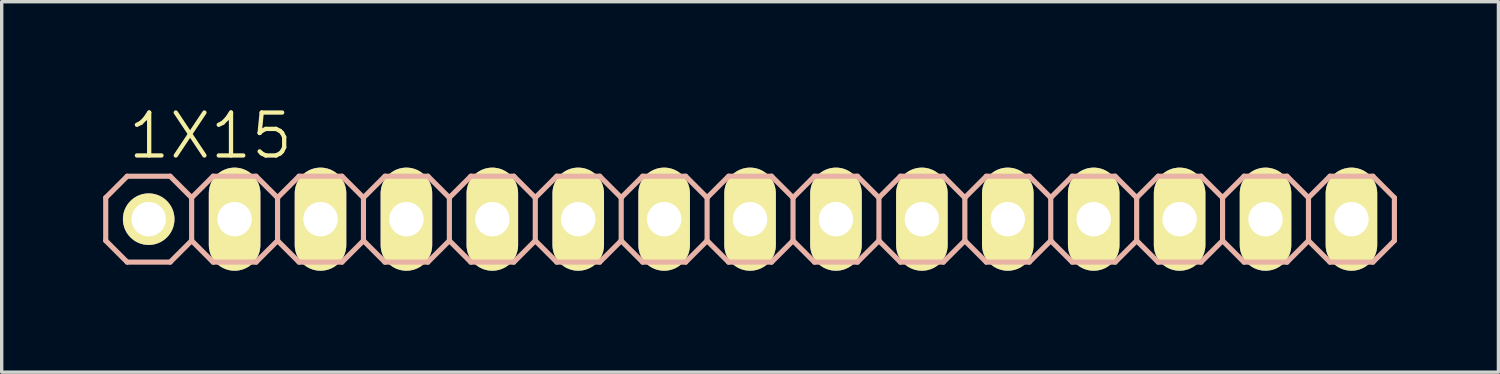
<source format=kicad_pcb>
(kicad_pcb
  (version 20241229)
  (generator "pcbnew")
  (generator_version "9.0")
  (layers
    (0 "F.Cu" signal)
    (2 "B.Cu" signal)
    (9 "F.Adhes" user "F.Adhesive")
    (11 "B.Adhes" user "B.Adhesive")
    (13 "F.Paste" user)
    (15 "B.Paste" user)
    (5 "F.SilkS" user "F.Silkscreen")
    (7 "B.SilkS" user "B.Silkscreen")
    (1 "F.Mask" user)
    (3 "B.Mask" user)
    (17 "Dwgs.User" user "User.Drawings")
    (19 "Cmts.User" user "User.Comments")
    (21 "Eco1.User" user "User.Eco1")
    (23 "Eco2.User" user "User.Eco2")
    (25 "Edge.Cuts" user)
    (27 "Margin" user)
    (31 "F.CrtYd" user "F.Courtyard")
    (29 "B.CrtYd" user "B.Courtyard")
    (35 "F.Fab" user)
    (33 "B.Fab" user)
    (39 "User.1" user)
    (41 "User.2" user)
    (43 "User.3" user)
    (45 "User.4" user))
  (footprint "1X15"
    (layer "F.Cu")
    (at 19.126 3.43)
    (property "Reference" "1X15" (at -15.951 -2.464 0) (layer "F.SilkS") (effects (font (size 1.27 1.27) (thickness 0.127))))
    (attr exclude_from_pos_files exclude_from_bom)
    (fp_line (start -18.034 -0.254) (end -17.523 -0.254) (stroke (width 0.066) (type solid)) (layer "F.SilkS"))
    (fp_line (start -18.034 0.254) (end -18.034 -0.254) (stroke (width 0.066) (type solid)) (layer "F.SilkS"))
    (fp_line (start -18.034 0.254) (end -17.523 0.254) (stroke (width 0.066) (type solid)) (layer "F.SilkS"))
    (fp_line (start -17.523 0.254) (end -17.523 -0.254) (stroke (width 0.066) (type solid)) (layer "F.SilkS"))
    (fp_line (start -15.494 -0.254) (end -14.986 -0.254) (stroke (width 0.066) (type solid)) (layer "F.SilkS"))
    (fp_line (start -15.494 0.254) (end -15.494 -0.254) (stroke (width 0.066) (type solid)) (layer "F.SilkS"))
    (fp_line (start -15.494 0.254) (end -14.986 0.254) (stroke (width 0.066) (type solid)) (layer "F.SilkS"))
    (fp_line (start -14.986 0.254) (end -14.986 -0.254) (stroke (width 0.066) (type solid)) (layer "F.SilkS"))
    (fp_line (start -12.954 -0.254) (end -12.446 -0.254) (stroke (width 0.066) (type solid)) (layer "F.SilkS"))
    (fp_line (start -12.954 0.254) (end -12.954 -0.254) (stroke (width 0.066) (type solid)) (layer "F.SilkS"))
    (fp_line (start -12.954 0.254) (end -12.446 0.254) (stroke (width 0.066) (type solid)) (layer "F.SilkS"))
    (fp_line (start -12.446 0.254) (end -12.446 -0.254) (stroke (width 0.066) (type solid)) (layer "F.SilkS"))
    (fp_line (start -10.414 -0.254) (end -9.906 -0.254) (stroke (width 0.066) (type solid)) (layer "F.SilkS"))
    (fp_line (start -10.414 0.254) (end -10.414 -0.254) (stroke (width 0.066) (type solid)) (layer "F.SilkS"))
    (fp_line (start -10.414 0.254) (end -9.906 0.254) (stroke (width 0.066) (type solid)) (layer "F.SilkS"))
    (fp_line (start -9.906 0.254) (end -9.906 -0.254) (stroke (width 0.066) (type solid)) (layer "F.SilkS"))
    (fp_line (start -7.874 -0.254) (end -7.366 -0.254) (stroke (width 0.066) (type solid)) (layer "F.SilkS"))
    (fp_line (start -7.874 0.254) (end -7.874 -0.254) (stroke (width 0.066) (type solid)) (layer "F.SilkS"))
    (fp_line (start -7.874 0.254) (end -7.366 0.254) (stroke (width 0.066) (type solid)) (layer "F.SilkS"))
    (fp_line (start -7.366 0.254) (end -7.366 -0.254) (stroke (width 0.066) (type solid)) (layer "F.SilkS"))
    (fp_line (start -5.334 -0.254) (end -4.826 -0.254) (stroke (width 0.066) (type solid)) (layer "F.SilkS"))
    (fp_line (start -5.334 0.254) (end -5.334 -0.254) (stroke (width 0.066) (type solid)) (layer "F.SilkS"))
    (fp_line (start -5.334 0.254) (end -4.826 0.254) (stroke (width 0.066) (type solid)) (layer "F.SilkS"))
    (fp_line (start -4.826 0.254) (end -4.826 -0.254) (stroke (width 0.066) (type solid)) (layer "F.SilkS"))
    (fp_line (start -2.794 -0.254) (end -2.286 -0.254) (stroke (width 0.066) (type solid)) (layer "F.SilkS"))
    (fp_line (start -2.794 0.254) (end -2.794 -0.254) (stroke (width 0.066) (type solid)) (layer "F.SilkS"))
    (fp_line (start -2.794 0.254) (end -2.286 0.254) (stroke (width 0.066) (type solid)) (layer "F.SilkS"))
    (fp_line (start -2.286 0.254) (end -2.286 -0.254) (stroke (width 0.066) (type solid)) (layer "F.SilkS"))
    (fp_line (start -0.254 -0.254) (end 0.254 -0.254) (stroke (width 0.066) (type solid)) (layer "F.SilkS"))
    (fp_line (start -0.254 0.254) (end -0.254 -0.254) (stroke (width 0.066) (type solid)) (layer "F.SilkS"))
    (fp_line (start -0.254 0.254) (end 0.254 0.254) (stroke (width 0.066) (type solid)) (layer "F.SilkS"))
    (fp_line (start 0.254 0.254) (end 0.254 -0.254) (stroke (width 0.066) (type solid)) (layer "F.SilkS"))
    (fp_line (start 2.286 -0.254) (end 2.794 -0.254) (stroke (width 0.066) (type solid)) (layer "F.SilkS"))
    (fp_line (start 2.286 0.254) (end 2.286 -0.254) (stroke (width 0.066) (type solid)) (layer "F.SilkS"))
    (fp_line (start 2.286 0.254) (end 2.794 0.254) (stroke (width 0.066) (type solid)) (layer "F.SilkS"))
    (fp_line (start 2.794 0.254) (end 2.794 -0.254) (stroke (width 0.066) (type solid)) (layer "F.SilkS"))
    (fp_line (start 4.826 -0.254) (end 5.334 -0.254) (stroke (width 0.066) (type solid)) (layer "F.SilkS"))
    (fp_line (start 4.826 0.254) (end 4.826 -0.254) (stroke (width 0.066) (type solid)) (layer "F.SilkS"))
    (fp_line (start 4.826 0.254) (end 5.334 0.254) (stroke (width 0.066) (type solid)) (layer "F.SilkS"))
    (fp_line (start 5.334 0.254) (end 5.334 -0.254) (stroke (width 0.066) (type solid)) (layer "F.SilkS"))
    (fp_line (start 7.366 -0.254) (end 7.874 -0.254) (stroke (width 0.066) (type solid)) (layer "F.SilkS"))
    (fp_line (start 7.366 0.254) (end 7.366 -0.254) (stroke (width 0.066) (type solid)) (layer "F.SilkS"))
    (fp_line (start 7.366 0.254) (end 7.874 0.254) (stroke (width 0.066) (type solid)) (layer "F.SilkS"))
    (fp_line (start 7.874 0.254) (end 7.874 -0.254) (stroke (width 0.066) (type solid)) (layer "F.SilkS"))
    (fp_line (start 9.906 -0.254) (end 10.414 -0.254) (stroke (width 0.066) (type solid)) (layer "F.SilkS"))
    (fp_line (start 9.906 0.254) (end 9.906 -0.254) (stroke (width 0.066) (type solid)) (layer "F.SilkS"))
    (fp_line (start 9.906 0.254) (end 10.414 0.254) (stroke (width 0.066) (type solid)) (layer "F.SilkS"))
    (fp_line (start 10.414 0.254) (end 10.414 -0.254) (stroke (width 0.066) (type solid)) (layer "F.SilkS"))
    (fp_line (start 12.446 -0.254) (end 12.954 -0.254) (stroke (width 0.066) (type solid)) (layer "F.SilkS"))
    (fp_line (start 12.446 0.254) (end 12.446 -0.254) (stroke (width 0.066) (type solid)) (layer "F.SilkS"))
    (fp_line (start 12.446 0.254) (end 12.954 0.254) (stroke (width 0.066) (type solid)) (layer "F.SilkS"))
    (fp_line (start 12.954 0.254) (end 12.954 -0.254) (stroke (width 0.066) (type solid)) (layer "F.SilkS"))
    (fp_line (start 14.986 -0.254) (end 15.494 -0.254) (stroke (width 0.066) (type solid)) (layer "F.SilkS"))
    (fp_line (start 14.986 0.254) (end 14.986 -0.254) (stroke (width 0.066) (type solid)) (layer "F.SilkS"))
    (fp_line (start 14.986 0.254) (end 15.494 0.254) (stroke (width 0.066) (type solid)) (layer "F.SilkS"))
    (fp_line (start 15.494 0.254) (end 15.494 -0.254) (stroke (width 0.066) (type solid)) (layer "F.SilkS"))
    (fp_line (start 17.523 -0.254) (end 18.034 -0.254) (stroke (width 0.066) (type solid)) (layer "F.SilkS"))
    (fp_line (start 17.523 0.254) (end 17.523 -0.254) (stroke (width 0.066) (type solid)) (layer "F.SilkS"))
    (fp_line (start 17.523 0.254) (end 18.034 0.254) (stroke (width 0.066) (type solid)) (layer "F.SilkS"))
    (fp_line (start 18.034 0.254) (end 18.034 -0.254) (stroke (width 0.066) (type solid)) (layer "F.SilkS"))
    (fp_line (start -19.05 -0.635) (end -19.05 0.635) (stroke (width 0.152) (type solid)) (layer "B.SilkS"))
    (fp_line (start -19.05 0.635) (end -18.415 1.27) (stroke (width 0.152) (type solid)) (layer "B.SilkS"))
    (fp_line (start -18.415 -1.27) (end -19.05 -0.635) (stroke (width 0.152) (type solid)) (layer "B.SilkS"))
    (fp_line (start -18.415 -1.27) (end -17.145 -1.27) (stroke (width 0.152) (type solid)) (layer "B.SilkS"))
    (fp_line (start -17.145 -1.27) (end -16.51 -0.635) (stroke (width 0.152) (type solid)) (layer "B.SilkS"))
    (fp_line (start -17.145 1.27) (end -18.415 1.27) (stroke (width 0.152) (type solid)) (layer "B.SilkS"))
    (fp_line (start -16.51 -0.635) (end -16.51 0.635) (stroke (width 0.152) (type solid)) (layer "B.SilkS"))
    (fp_line (start -16.51 -0.635) (end -15.875 -1.27) (stroke (width 0.152) (type solid)) (layer "B.SilkS"))
    (fp_line (start -16.51 0.635) (end -17.145 1.27) (stroke (width 0.152) (type solid)) (layer "B.SilkS"))
    (fp_line (start -15.875 -1.27) (end -14.605 -1.27) (stroke (width 0.152) (type solid)) (layer "B.SilkS"))
    (fp_line (start -15.875 1.27) (end -16.51 0.635) (stroke (width 0.152) (type solid)) (layer "B.SilkS"))
    (fp_line (start -14.605 -1.27) (end -13.97 -0.635) (stroke (width 0.152) (type solid)) (layer "B.SilkS"))
    (fp_line (start -14.605 1.27) (end -15.875 1.27) (stroke (width 0.152) (type solid)) (layer "B.SilkS"))
    (fp_line (start -13.97 -0.635) (end -13.97 0.635) (stroke (width 0.152) (type solid)) (layer "B.SilkS"))
    (fp_line (start -13.97 -0.635) (end -13.335 -1.27) (stroke (width 0.152) (type solid)) (layer "B.SilkS"))
    (fp_line (start -13.97 0.635) (end -14.605 1.27) (stroke (width 0.152) (type solid)) (layer "B.SilkS"))
    (fp_line (start -13.335 -1.27) (end -12.065 -1.27) (stroke (width 0.152) (type solid)) (layer "B.SilkS"))
    (fp_line (start -13.335 1.27) (end -13.97 0.635) (stroke (width 0.152) (type solid)) (layer "B.SilkS"))
    (fp_line (start -12.065 -1.27) (end -11.43 -0.635) (stroke (width 0.152) (type solid)) (layer "B.SilkS"))
    (fp_line (start -12.065 1.27) (end -13.335 1.27) (stroke (width 0.152) (type solid)) (layer "B.SilkS"))
    (fp_line (start -11.43 -0.635) (end -11.43 0.635) (stroke (width 0.152) (type solid)) (layer "B.SilkS"))
    (fp_line (start -11.43 0.635) (end -12.065 1.27) (stroke (width 0.152) (type solid)) (layer "B.SilkS"))
    (fp_line (start -11.43 0.635) (end -10.795 1.27) (stroke (width 0.152) (type solid)) (layer "B.SilkS"))
    (fp_line (start -10.795 -1.27) (end -11.43 -0.635) (stroke (width 0.152) (type solid)) (layer "B.SilkS"))
    (fp_line (start -10.795 -1.27) (end -9.525 -1.27) (stroke (width 0.152) (type solid)) (layer "B.SilkS"))
    (fp_line (start -9.525 -1.27) (end -8.89 -0.635) (stroke (width 0.152) (type solid)) (layer "B.SilkS"))
    (fp_line (start -9.525 1.27) (end -10.795 1.27) (stroke (width 0.152) (type solid)) (layer "B.SilkS"))
    (fp_line (start -8.89 -0.635) (end -8.89 0.635) (stroke (width 0.152) (type solid)) (layer "B.SilkS"))
    (fp_line (start -8.89 -0.635) (end -8.255 -1.27) (stroke (width 0.152) (type solid)) (layer "B.SilkS"))
    (fp_line (start -8.89 0.635) (end -9.525 1.27) (stroke (width 0.152) (type solid)) (layer "B.SilkS"))
    (fp_line (start -8.255 -1.27) (end -6.985 -1.27) (stroke (width 0.152) (type solid)) (layer "B.SilkS"))
    (fp_line (start -8.255 1.27) (end -8.89 0.635) (stroke (width 0.152) (type solid)) (layer "B.SilkS"))
    (fp_line (start -6.985 -1.27) (end -6.35 -0.635) (stroke (width 0.152) (type solid)) (layer "B.SilkS"))
    (fp_line (start -6.985 1.27) (end -8.255 1.27) (stroke (width 0.152) (type solid)) (layer "B.SilkS"))
    (fp_line (start -6.35 -0.635) (end -6.35 0.635) (stroke (width 0.152) (type solid)) (layer "B.SilkS"))
    (fp_line (start -6.35 -0.635) (end -5.715 -1.27) (stroke (width 0.152) (type solid)) (layer "B.SilkS"))
    (fp_line (start -6.35 0.635) (end -6.985 1.27) (stroke (width 0.152) (type solid)) (layer "B.SilkS"))
    (fp_line (start -5.715 -1.27) (end -4.445 -1.27) (stroke (width 0.152) (type solid)) (layer "B.SilkS"))
    (fp_line (start -5.715 1.27) (end -6.35 0.635) (stroke (width 0.152) (type solid)) (layer "B.SilkS"))
    (fp_line (start -4.445 -1.27) (end -3.81 -0.635) (stroke (width 0.152) (type solid)) (layer "B.SilkS"))
    (fp_line (start -4.445 1.27) (end -5.715 1.27) (stroke (width 0.152) (type solid)) (layer "B.SilkS"))
    (fp_line (start -3.81 -0.635) (end -3.81 0.635) (stroke (width 0.152) (type solid)) (layer "B.SilkS"))
    (fp_line (start -3.81 0.635) (end -4.445 1.27) (stroke (width 0.152) (type solid)) (layer "B.SilkS"))
    (fp_line (start -3.81 0.635) (end -3.175 1.27) (stroke (width 0.152) (type solid)) (layer "B.SilkS"))
    (fp_line (start -3.175 -1.27) (end -3.81 -0.635) (stroke (width 0.152) (type solid)) (layer "B.SilkS"))
    (fp_line (start -3.175 -1.27) (end -1.905 -1.27) (stroke (width 0.152) (type solid)) (layer "B.SilkS"))
    (fp_line (start -1.905 -1.27) (end -1.27 -0.635) (stroke (width 0.152) (type solid)) (layer "B.SilkS"))
    (fp_line (start -1.905 1.27) (end -3.175 1.27) (stroke (width 0.152) (type solid)) (layer "B.SilkS"))
    (fp_line (start -1.27 -0.635) (end -1.27 0.635) (stroke (width 0.152) (type solid)) (layer "B.SilkS"))
    (fp_line (start -1.27 -0.635) (end -0.635 -1.27) (stroke (width 0.152) (type solid)) (layer "B.SilkS"))
    (fp_line (start -1.27 0.635) (end -1.905 1.27) (stroke (width 0.152) (type solid)) (layer "B.SilkS"))
    (fp_line (start -0.635 -1.27) (end 0.635 -1.27) (stroke (width 0.152) (type solid)) (layer "B.SilkS"))
    (fp_line (start -0.635 1.27) (end -1.27 0.635) (stroke (width 0.152) (type solid)) (layer "B.SilkS"))
    (fp_line (start 0.635 -1.27) (end 1.27 -0.635) (stroke (width 0.152) (type solid)) (layer "B.SilkS"))
    (fp_line (start 0.635 1.27) (end -0.635 1.27) (stroke (width 0.152) (type solid)) (layer "B.SilkS"))
    (fp_line (start 1.27 -0.635) (end 1.27 0.635) (stroke (width 0.152) (type solid)) (layer "B.SilkS"))
    (fp_line (start 1.27 -0.635) (end 1.905 -1.27) (stroke (width 0.152) (type solid)) (layer "B.SilkS"))
    (fp_line (start 1.27 0.635) (end 0.635 1.27) (stroke (width 0.152) (type solid)) (layer "B.SilkS"))
    (fp_line (start 1.905 -1.27) (end 3.175 -1.27) (stroke (width 0.152) (type solid)) (layer "B.SilkS"))
    (fp_line (start 1.905 1.27) (end 1.27 0.635) (stroke (width 0.152) (type solid)) (layer "B.SilkS"))
    (fp_line (start 3.175 -1.27) (end 3.81 -0.635) (stroke (width 0.152) (type solid)) (layer "B.SilkS"))
    (fp_line (start 3.175 1.27) (end 1.905 1.27) (stroke (width 0.152) (type solid)) (layer "B.SilkS"))
    (fp_line (start 3.81 -0.635) (end 3.81 0.635) (stroke (width 0.152) (type solid)) (layer "B.SilkS"))
    (fp_line (start 3.81 0.635) (end 3.175 1.27) (stroke (width 0.152) (type solid)) (layer "B.SilkS"))
    (fp_line (start 3.81 0.635) (end 4.445 1.27) (stroke (width 0.152) (type solid)) (layer "B.SilkS"))
    (fp_line (start 4.445 -1.27) (end 3.81 -0.635) (stroke (width 0.152) (type solid)) (layer "B.SilkS"))
    (fp_line (start 4.445 -1.27) (end 5.715 -1.27) (stroke (width 0.152) (type solid)) (layer "B.SilkS"))
    (fp_line (start 5.715 -1.27) (end 6.35 -0.635) (stroke (width 0.152) (type solid)) (layer "B.SilkS"))
    (fp_line (start 5.715 1.27) (end 4.445 1.27) (stroke (width 0.152) (type solid)) (layer "B.SilkS"))
    (fp_line (start 6.35 -0.635) (end 6.35 0.635) (stroke (width 0.152) (type solid)) (layer "B.SilkS"))
    (fp_line (start 6.35 -0.635) (end 6.985 -1.27) (stroke (width 0.152) (type solid)) (layer "B.SilkS"))
    (fp_line (start 6.35 0.635) (end 5.715 1.27) (stroke (width 0.152) (type solid)) (layer "B.SilkS"))
    (fp_line (start 6.985 -1.27) (end 8.255 -1.27) (stroke (width 0.152) (type solid)) (layer "B.SilkS"))
    (fp_line (start 6.985 1.27) (end 6.35 0.635) (stroke (width 0.152) (type solid)) (layer "B.SilkS"))
    (fp_line (start 8.255 -1.27) (end 8.89 -0.635) (stroke (width 0.152) (type solid)) (layer "B.SilkS"))
    (fp_line (start 8.255 1.27) (end 6.985 1.27) (stroke (width 0.152) (type solid)) (layer "B.SilkS"))
    (fp_line (start 8.89 -0.635) (end 8.89 0.635) (stroke (width 0.152) (type solid)) (layer "B.SilkS"))
    (fp_line (start 8.89 -0.635) (end 9.525 -1.27) (stroke (width 0.152) (type solid)) (layer "B.SilkS"))
    (fp_line (start 8.89 0.635) (end 8.255 1.27) (stroke (width 0.152) (type solid)) (layer "B.SilkS"))
    (fp_line (start 9.525 -1.27) (end 10.795 -1.27) (stroke (width 0.152) (type solid)) (layer "B.SilkS"))
    (fp_line (start 9.525 1.27) (end 8.89 0.635) (stroke (width 0.152) (type solid)) (layer "B.SilkS"))
    (fp_line (start 10.795 -1.27) (end 11.43 -0.635) (stroke (width 0.152) (type solid)) (layer "B.SilkS"))
    (fp_line (start 10.795 1.27) (end 9.525 1.27) (stroke (width 0.152) (type solid)) (layer "B.SilkS"))
    (fp_line (start 11.43 -0.635) (end 11.43 0.635) (stroke (width 0.152) (type solid)) (layer "B.SilkS"))
    (fp_line (start 11.43 0.635) (end 10.795 1.27) (stroke (width 0.152) (type solid)) (layer "B.SilkS"))
    (fp_line (start 11.43 0.635) (end 12.065 1.27) (stroke (width 0.152) (type solid)) (layer "B.SilkS"))
    (fp_line (start 12.065 -1.27) (end 11.43 -0.635) (stroke (width 0.152) (type solid)) (layer "B.SilkS"))
    (fp_line (start 12.065 -1.27) (end 13.335 -1.27) (stroke (width 0.152) (type solid)) (layer "B.SilkS"))
    (fp_line (start 13.335 -1.27) (end 13.97 -0.635) (stroke (width 0.152) (type solid)) (layer "B.SilkS"))
    (fp_line (start 13.335 1.27) (end 12.065 1.27) (stroke (width 0.152) (type solid)) (layer "B.SilkS"))
    (fp_line (start 13.97 -0.635) (end 13.97 0.635) (stroke (width 0.152) (type solid)) (layer "B.SilkS"))
    (fp_line (start 13.97 -0.635) (end 14.605 -1.27) (stroke (width 0.152) (type solid)) (layer "B.SilkS"))
    (fp_line (start 13.97 0.635) (end 13.335 1.27) (stroke (width 0.152) (type solid)) (layer "B.SilkS"))
    (fp_line (start 14.605 -1.27) (end 15.875 -1.27) (stroke (width 0.152) (type solid)) (layer "B.SilkS"))
    (fp_line (start 14.605 1.27) (end 13.97 0.635) (stroke (width 0.152) (type solid)) (layer "B.SilkS"))
    (fp_line (start 15.875 -1.27) (end 16.51 -0.635) (stroke (width 0.152) (type solid)) (layer "B.SilkS"))
    (fp_line (start 15.875 1.27) (end 14.605 1.27) (stroke (width 0.152) (type solid)) (layer "B.SilkS"))
    (fp_line (start 16.51 -0.635) (end 16.51 0.635) (stroke (width 0.152) (type solid)) (layer "B.SilkS"))
    (fp_line (start 16.51 -0.635) (end 17.145 -1.27) (stroke (width 0.152) (type solid)) (layer "B.SilkS"))
    (fp_line (start 16.51 0.635) (end 15.875 1.27) (stroke (width 0.152) (type solid)) (layer "B.SilkS"))
    (fp_line (start 17.145 -1.27) (end 18.415 -1.27) (stroke (width 0.152) (type solid)) (layer "B.SilkS"))
    (fp_line (start 17.145 1.27) (end 16.51 0.635) (stroke (width 0.152) (type solid)) (layer "B.SilkS"))
    (fp_line (start 18.415 -1.27) (end 19.05 -0.635) (stroke (width 0.152) (type solid)) (layer "B.SilkS"))
    (fp_line (start 18.415 1.27) (end 17.145 1.27) (stroke (width 0.152) (type solid)) (layer "B.SilkS"))
    (fp_line (start 19.05 -0.635) (end 19.05 0.635) (stroke (width 0.152) (type solid)) (layer "B.SilkS"))
    (fp_line (start 19.05 0.635) (end 18.415 1.27) (stroke (width 0.152) (type solid)) (layer "B.SilkS"))
    (pad "1" thru_hole circle (at -17.78 0) (size 1.524 1.524) (drill 1.016) (layers "*.Cu" "F.Mask" "F.SilkS" "F.Paste"))
    (pad "2" thru_hole oval (at -15.24 0 180) (size 1.524 3.048) (drill 1.016) (layers "*.Cu" "F.Mask" "F.SilkS" "F.Paste"))
    (pad "3" thru_hole oval (at -12.7 0 180) (size 1.524 3.048) (drill 1.016) (layers "*.Cu" "F.Mask" "F.SilkS" "F.Paste"))
    (pad "4" thru_hole oval (at -10.16 0 180) (size 1.524 3.048) (drill 1.016) (layers "*.Cu" "F.Mask" "F.SilkS" "F.Paste"))
    (pad "5" thru_hole oval (at -7.62 0 180) (size 1.524 3.048) (drill 1.016) (layers "*.Cu" "F.Mask" "F.SilkS" "F.Paste"))
    (pad "6" thru_hole oval (at -5.08 0 180) (size 1.524 3.048) (drill 1.016) (layers "*.Cu" "F.Mask" "F.SilkS" "F.Paste"))
    (pad "7" thru_hole oval (at -2.54 0 180) (size 1.524 3.048) (drill 1.016) (layers "*.Cu" "F.Mask" "F.SilkS" "F.Paste"))
    (pad "8" thru_hole oval (at 0 0 180) (size 1.524 3.048) (drill 1.016) (layers "*.Cu" "F.Mask" "F.SilkS" "F.Paste"))
    (pad "9" thru_hole oval (at 2.54 0 180) (size 1.524 3.048) (drill 1.016) (layers "*.Cu" "F.Mask" "F.SilkS" "F.Paste"))
    (pad "10" thru_hole oval (at 5.08 0 180) (size 1.524 3.048) (drill 1.016) (layers "*.Cu" "F.Mask" "F.SilkS" "F.Paste"))
    (pad "11" thru_hole oval (at 7.62 0 180) (size 1.524 3.048) (drill 1.016) (layers "*.Cu" "F.Mask" "F.SilkS" "F.Paste"))
    (pad "12" thru_hole oval (at 10.16 0 180) (size 1.524 3.048) (drill 1.016) (layers "*.Cu" "F.Mask" "F.SilkS" "F.Paste"))
    (pad "13" thru_hole oval (at 12.7 0 180) (size 1.524 3.048) (drill 1.016) (layers "*.Cu" "F.Mask" "F.SilkS" "F.Paste"))
    (pad "14" thru_hole oval (at 15.24 0 180) (size 1.524 3.048) (drill 1.016) (layers "*.Cu" "F.Mask" "F.SilkS" "F.Paste"))
    (pad "15" thru_hole oval (at 17.78 0 180) (size 1.524 3.048) (drill 1.016) (layers "*.Cu" "F.Mask" "F.SilkS" "F.Paste")))
  (gr_rect
    (start -3 -3)
    (end 41.252 7.954)
    (stroke (width 0.1) (type default))
    (fill no)
    (layer "Edge.Cuts")))
</source>
